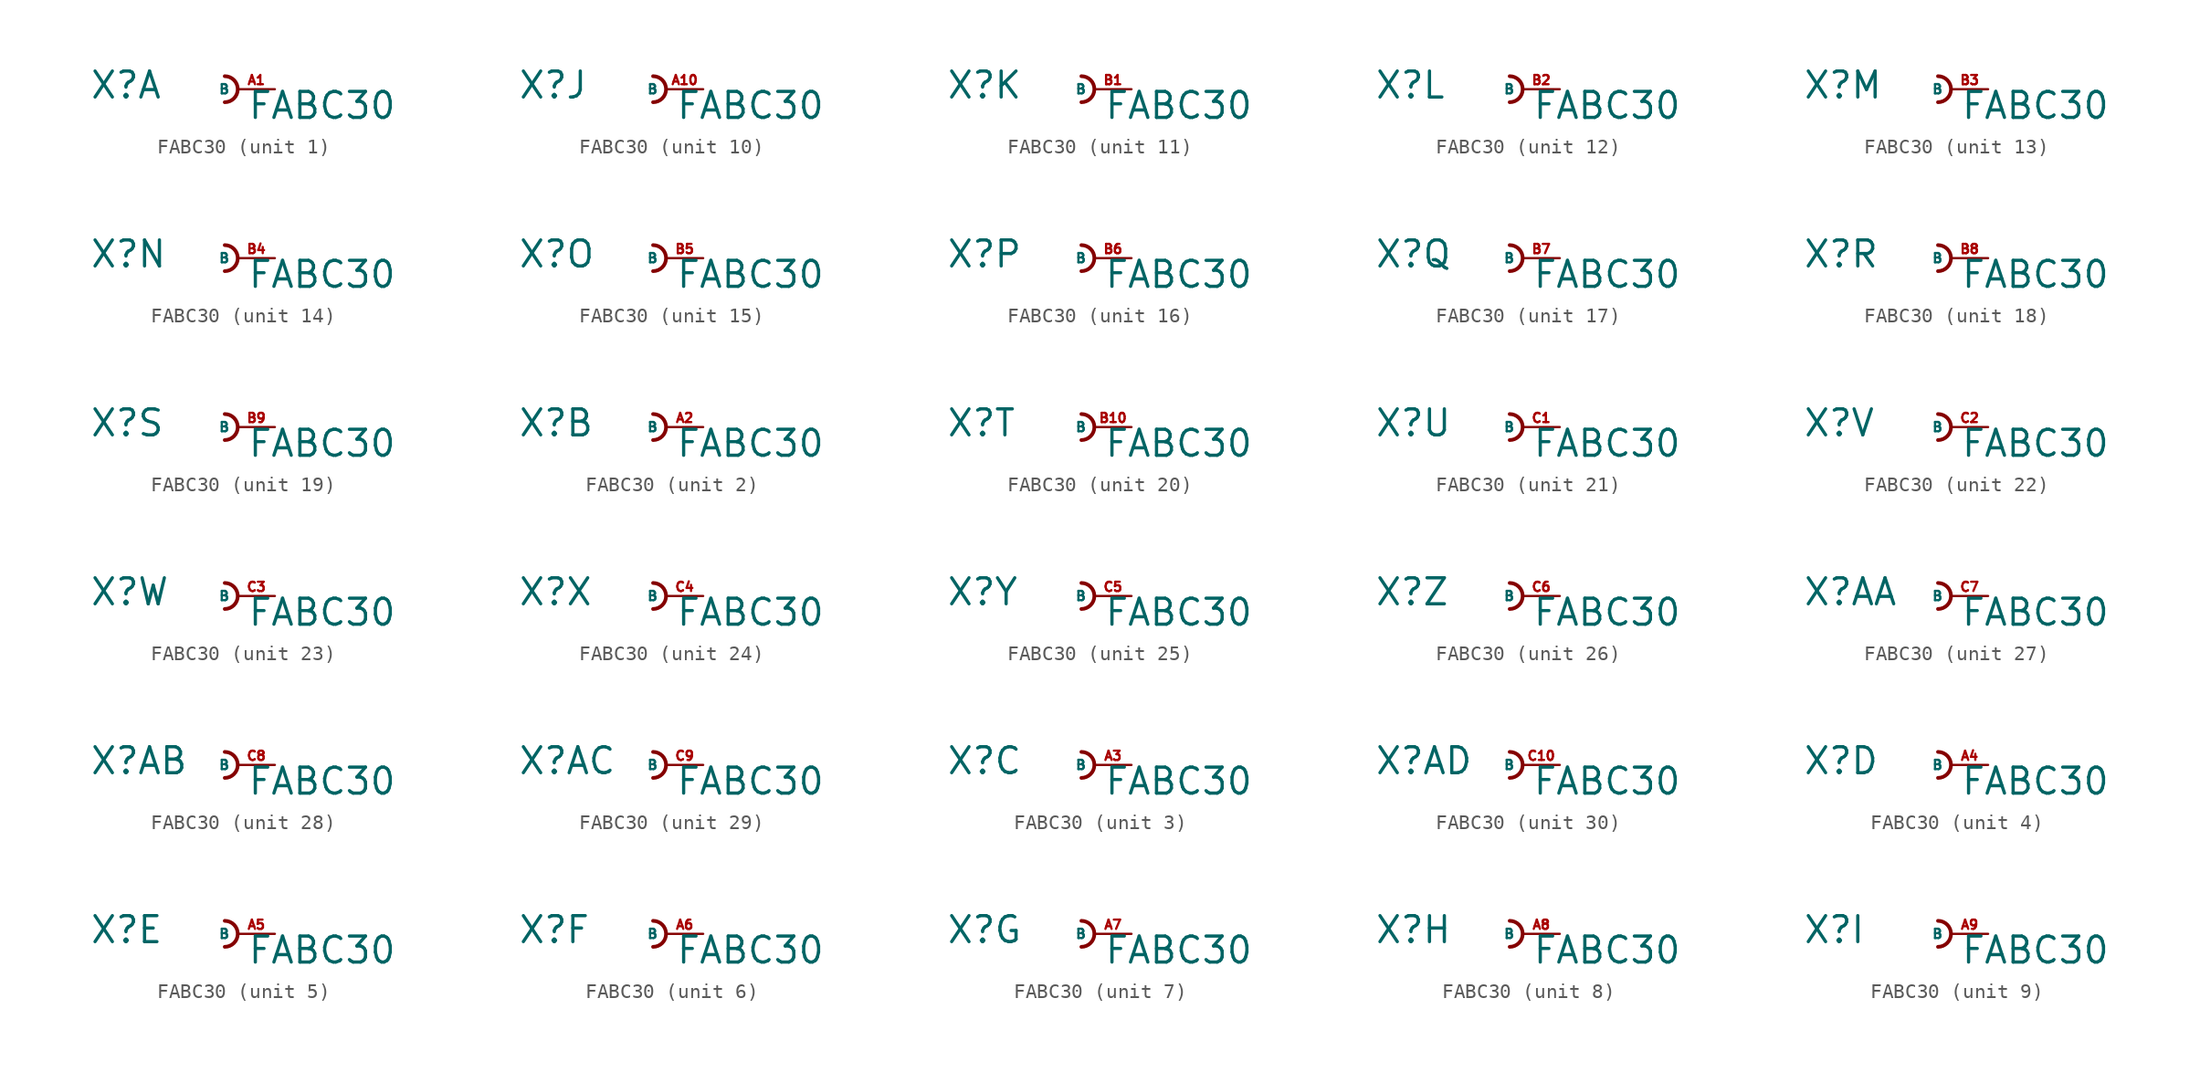
<source format=kicad_sym>
(kicad_symbol_lib
  (version 20220914)
  (generator Eagle2Kicad)
  (symbol "FABC30"
    (property "Reference" "X"
      (at -10.16 -0.762 0)
      (effects (font (size 1.778 1.778) (thickness 0.22)) (justify left bottom)))
    (property "Value" "FABC30"
      (at 0.635 -2.159 0)
      (effects (font (size 1.778 1.778) (thickness 0.22)) (justify left bottom)))
    (symbol "FABC30_1_0"
      (arc (start -0.889 -0.889) (mid 0.000 0.000) (end -0.889 0.889) (stroke (width 0.254) (type default)) (fill (type none)))
      (pin passive line (at 2.54 0 180) (length 2.54) (name "B" (effects (font (size 0.635 0.635) (thickness 0.08)) (justify left bottom))) (number "A1" (effects (font (size 0.635 0.635) (thickness 0.08)) (justify left bottom)))))
    (symbol "FABC30_2_0"
      (arc (start -0.889 -0.889) (mid 0.000 0.000) (end -0.889 0.889) (stroke (width 0.254) (type default)) (fill (type none)))
      (pin passive line (at 2.54 0 180) (length 2.54) (name "B" (effects (font (size 0.635 0.635) (thickness 0.08)) (justify left bottom))) (number "A2" (effects (font (size 0.635 0.635) (thickness 0.08)) (justify left bottom)))))
    (symbol "FABC30_3_0"
      (arc (start -0.889 -0.889) (mid 0.000 0.000) (end -0.889 0.889) (stroke (width 0.254) (type default)) (fill (type none)))
      (pin passive line (at 2.54 0 180) (length 2.54) (name "B" (effects (font (size 0.635 0.635) (thickness 0.08)) (justify left bottom))) (number "A3" (effects (font (size 0.635 0.635) (thickness 0.08)) (justify left bottom)))))
    (symbol "FABC30_4_0"
      (arc (start -0.889 -0.889) (mid 0.000 0.000) (end -0.889 0.889) (stroke (width 0.254) (type default)) (fill (type none)))
      (pin passive line (at 2.54 0 180) (length 2.54) (name "B" (effects (font (size 0.635 0.635) (thickness 0.08)) (justify left bottom))) (number "A4" (effects (font (size 0.635 0.635) (thickness 0.08)) (justify left bottom)))))
    (symbol "FABC30_5_0"
      (arc (start -0.889 -0.889) (mid 0.000 0.000) (end -0.889 0.889) (stroke (width 0.254) (type default)) (fill (type none)))
      (pin passive line (at 2.54 0 180) (length 2.54) (name "B" (effects (font (size 0.635 0.635) (thickness 0.08)) (justify left bottom))) (number "A5" (effects (font (size 0.635 0.635) (thickness 0.08)) (justify left bottom)))))
    (symbol "FABC30_6_0"
      (arc (start -0.889 -0.889) (mid 0.000 0.000) (end -0.889 0.889) (stroke (width 0.254) (type default)) (fill (type none)))
      (pin passive line (at 2.54 0 180) (length 2.54) (name "B" (effects (font (size 0.635 0.635) (thickness 0.08)) (justify left bottom))) (number "A6" (effects (font (size 0.635 0.635) (thickness 0.08)) (justify left bottom)))))
    (symbol "FABC30_7_0"
      (arc (start -0.889 -0.889) (mid 0.000 0.000) (end -0.889 0.889) (stroke (width 0.254) (type default)) (fill (type none)))
      (pin passive line (at 2.54 0 180) (length 2.54) (name "B" (effects (font (size 0.635 0.635) (thickness 0.08)) (justify left bottom))) (number "A7" (effects (font (size 0.635 0.635) (thickness 0.08)) (justify left bottom)))))
    (symbol "FABC30_8_0"
      (arc (start -0.889 -0.889) (mid 0.000 0.000) (end -0.889 0.889) (stroke (width 0.254) (type default)) (fill (type none)))
      (pin passive line (at 2.54 0 180) (length 2.54) (name "B" (effects (font (size 0.635 0.635) (thickness 0.08)) (justify left bottom))) (number "A8" (effects (font (size 0.635 0.635) (thickness 0.08)) (justify left bottom)))))
    (symbol "FABC30_9_0"
      (arc (start -0.889 -0.889) (mid 0.000 0.000) (end -0.889 0.889) (stroke (width 0.254) (type default)) (fill (type none)))
      (pin passive line (at 2.54 0 180) (length 2.54) (name "B" (effects (font (size 0.635 0.635) (thickness 0.08)) (justify left bottom))) (number "A9" (effects (font (size 0.635 0.635) (thickness 0.08)) (justify left bottom)))))
    (symbol "FABC30_10_0"
      (arc (start -0.889 -0.889) (mid 0.000 0.000) (end -0.889 0.889) (stroke (width 0.254) (type default)) (fill (type none)))
      (pin passive line (at 2.54 0 180) (length 2.54) (name "B" (effects (font (size 0.635 0.635) (thickness 0.08)) (justify left bottom))) (number "A10" (effects (font (size 0.635 0.635) (thickness 0.08)) (justify left bottom)))))
    (symbol "FABC30_11_0"
      (arc (start -0.889 -0.889) (mid 0.000 0.000) (end -0.889 0.889) (stroke (width 0.254) (type default)) (fill (type none)))
      (pin passive line (at 2.54 0 180) (length 2.54) (name "B" (effects (font (size 0.635 0.635) (thickness 0.08)) (justify left bottom))) (number "B1" (effects (font (size 0.635 0.635) (thickness 0.08)) (justify left bottom)))))
    (symbol "FABC30_12_0"
      (arc (start -0.889 -0.889) (mid 0.000 0.000) (end -0.889 0.889) (stroke (width 0.254) (type default)) (fill (type none)))
      (pin passive line (at 2.54 0 180) (length 2.54) (name "B" (effects (font (size 0.635 0.635) (thickness 0.08)) (justify left bottom))) (number "B2" (effects (font (size 0.635 0.635) (thickness 0.08)) (justify left bottom)))))
    (symbol "FABC30_13_0"
      (arc (start -0.889 -0.889) (mid 0.000 0.000) (end -0.889 0.889) (stroke (width 0.254) (type default)) (fill (type none)))
      (pin passive line (at 2.54 0 180) (length 2.54) (name "B" (effects (font (size 0.635 0.635) (thickness 0.08)) (justify left bottom))) (number "B3" (effects (font (size 0.635 0.635) (thickness 0.08)) (justify left bottom)))))
    (symbol "FABC30_14_0"
      (arc (start -0.889 -0.889) (mid 0.000 0.000) (end -0.889 0.889) (stroke (width 0.254) (type default)) (fill (type none)))
      (pin passive line (at 2.54 0 180) (length 2.54) (name "B" (effects (font (size 0.635 0.635) (thickness 0.08)) (justify left bottom))) (number "B4" (effects (font (size 0.635 0.635) (thickness 0.08)) (justify left bottom)))))
    (symbol "FABC30_15_0"
      (arc (start -0.889 -0.889) (mid 0.000 0.000) (end -0.889 0.889) (stroke (width 0.254) (type default)) (fill (type none)))
      (pin passive line (at 2.54 0 180) (length 2.54) (name "B" (effects (font (size 0.635 0.635) (thickness 0.08)) (justify left bottom))) (number "B5" (effects (font (size 0.635 0.635) (thickness 0.08)) (justify left bottom)))))
    (symbol "FABC30_16_0"
      (arc (start -0.889 -0.889) (mid 0.000 0.000) (end -0.889 0.889) (stroke (width 0.254) (type default)) (fill (type none)))
      (pin passive line (at 2.54 0 180) (length 2.54) (name "B" (effects (font (size 0.635 0.635) (thickness 0.08)) (justify left bottom))) (number "B6" (effects (font (size 0.635 0.635) (thickness 0.08)) (justify left bottom)))))
    (symbol "FABC30_17_0"
      (arc (start -0.889 -0.889) (mid 0.000 0.000) (end -0.889 0.889) (stroke (width 0.254) (type default)) (fill (type none)))
      (pin passive line (at 2.54 0 180) (length 2.54) (name "B" (effects (font (size 0.635 0.635) (thickness 0.08)) (justify left bottom))) (number "B7" (effects (font (size 0.635 0.635) (thickness 0.08)) (justify left bottom)))))
    (symbol "FABC30_18_0"
      (arc (start -0.889 -0.889) (mid 0.000 0.000) (end -0.889 0.889) (stroke (width 0.254) (type default)) (fill (type none)))
      (pin passive line (at 2.54 0 180) (length 2.54) (name "B" (effects (font (size 0.635 0.635) (thickness 0.08)) (justify left bottom))) (number "B8" (effects (font (size 0.635 0.635) (thickness 0.08)) (justify left bottom)))))
    (symbol "FABC30_19_0"
      (arc (start -0.889 -0.889) (mid 0.000 0.000) (end -0.889 0.889) (stroke (width 0.254) (type default)) (fill (type none)))
      (pin passive line (at 2.54 0 180) (length 2.54) (name "B" (effects (font (size 0.635 0.635) (thickness 0.08)) (justify left bottom))) (number "B9" (effects (font (size 0.635 0.635) (thickness 0.08)) (justify left bottom)))))
    (symbol "FABC30_20_0"
      (arc (start -0.889 -0.889) (mid 0.000 0.000) (end -0.889 0.889) (stroke (width 0.254) (type default)) (fill (type none)))
      (pin passive line (at 2.54 0 180) (length 2.54) (name "B" (effects (font (size 0.635 0.635) (thickness 0.08)) (justify left bottom))) (number "B10" (effects (font (size 0.635 0.635) (thickness 0.08)) (justify left bottom)))))
    (symbol "FABC30_21_0"
      (arc (start -0.889 -0.889) (mid 0.000 0.000) (end -0.889 0.889) (stroke (width 0.254) (type default)) (fill (type none)))
      (pin passive line (at 2.54 0 180) (length 2.54) (name "B" (effects (font (size 0.635 0.635) (thickness 0.08)) (justify left bottom))) (number "C1" (effects (font (size 0.635 0.635) (thickness 0.08)) (justify left bottom)))))
    (symbol "FABC30_22_0"
      (arc (start -0.889 -0.889) (mid 0.000 0.000) (end -0.889 0.889) (stroke (width 0.254) (type default)) (fill (type none)))
      (pin passive line (at 2.54 0 180) (length 2.54) (name "B" (effects (font (size 0.635 0.635) (thickness 0.08)) (justify left bottom))) (number "C2" (effects (font (size 0.635 0.635) (thickness 0.08)) (justify left bottom)))))
    (symbol "FABC30_23_0"
      (arc (start -0.889 -0.889) (mid 0.000 0.000) (end -0.889 0.889) (stroke (width 0.254) (type default)) (fill (type none)))
      (pin passive line (at 2.54 0 180) (length 2.54) (name "B" (effects (font (size 0.635 0.635) (thickness 0.08)) (justify left bottom))) (number "C3" (effects (font (size 0.635 0.635) (thickness 0.08)) (justify left bottom)))))
    (symbol "FABC30_24_0"
      (arc (start -0.889 -0.889) (mid 0.000 0.000) (end -0.889 0.889) (stroke (width 0.254) (type default)) (fill (type none)))
      (pin passive line (at 2.54 0 180) (length 2.54) (name "B" (effects (font (size 0.635 0.635) (thickness 0.08)) (justify left bottom))) (number "C4" (effects (font (size 0.635 0.635) (thickness 0.08)) (justify left bottom)))))
    (symbol "FABC30_25_0"
      (arc (start -0.889 -0.889) (mid 0.000 0.000) (end -0.889 0.889) (stroke (width 0.254) (type default)) (fill (type none)))
      (pin passive line (at 2.54 0 180) (length 2.54) (name "B" (effects (font (size 0.635 0.635) (thickness 0.08)) (justify left bottom))) (number "C5" (effects (font (size 0.635 0.635) (thickness 0.08)) (justify left bottom)))))
    (symbol "FABC30_26_0"
      (arc (start -0.889 -0.889) (mid 0.000 0.000) (end -0.889 0.889) (stroke (width 0.254) (type default)) (fill (type none)))
      (pin passive line (at 2.54 0 180) (length 2.54) (name "B" (effects (font (size 0.635 0.635) (thickness 0.08)) (justify left bottom))) (number "C6" (effects (font (size 0.635 0.635) (thickness 0.08)) (justify left bottom)))))
    (symbol "FABC30_27_0"
      (arc (start -0.889 -0.889) (mid 0.000 0.000) (end -0.889 0.889) (stroke (width 0.254) (type default)) (fill (type none)))
      (pin passive line (at 2.54 0 180) (length 2.54) (name "B" (effects (font (size 0.635 0.635) (thickness 0.08)) (justify left bottom))) (number "C7" (effects (font (size 0.635 0.635) (thickness 0.08)) (justify left bottom)))))
    (symbol "FABC30_28_0"
      (arc (start -0.889 -0.889) (mid 0.000 0.000) (end -0.889 0.889) (stroke (width 0.254) (type default)) (fill (type none)))
      (pin passive line (at 2.54 0 180) (length 2.54) (name "B" (effects (font (size 0.635 0.635) (thickness 0.08)) (justify left bottom))) (number "C8" (effects (font (size 0.635 0.635) (thickness 0.08)) (justify left bottom)))))
    (symbol "FABC30_29_0"
      (arc (start -0.889 -0.889) (mid 0.000 0.000) (end -0.889 0.889) (stroke (width 0.254) (type default)) (fill (type none)))
      (pin passive line (at 2.54 0 180) (length 2.54) (name "B" (effects (font (size 0.635 0.635) (thickness 0.08)) (justify left bottom))) (number "C9" (effects (font (size 0.635 0.635) (thickness 0.08)) (justify left bottom)))))
    (symbol "FABC30_30_0"
      (arc (start -0.889 -0.889) (mid 0.000 0.000) (end -0.889 0.889) (stroke (width 0.254) (type default)) (fill (type none)))
      (pin passive line (at 2.54 0 180) (length 2.54) (name "B" (effects (font (size 0.635 0.635) (thickness 0.08)) (justify left bottom))) (number "C10" (effects (font (size 0.635 0.635) (thickness 0.08)) (justify left bottom)))))))
</source>
